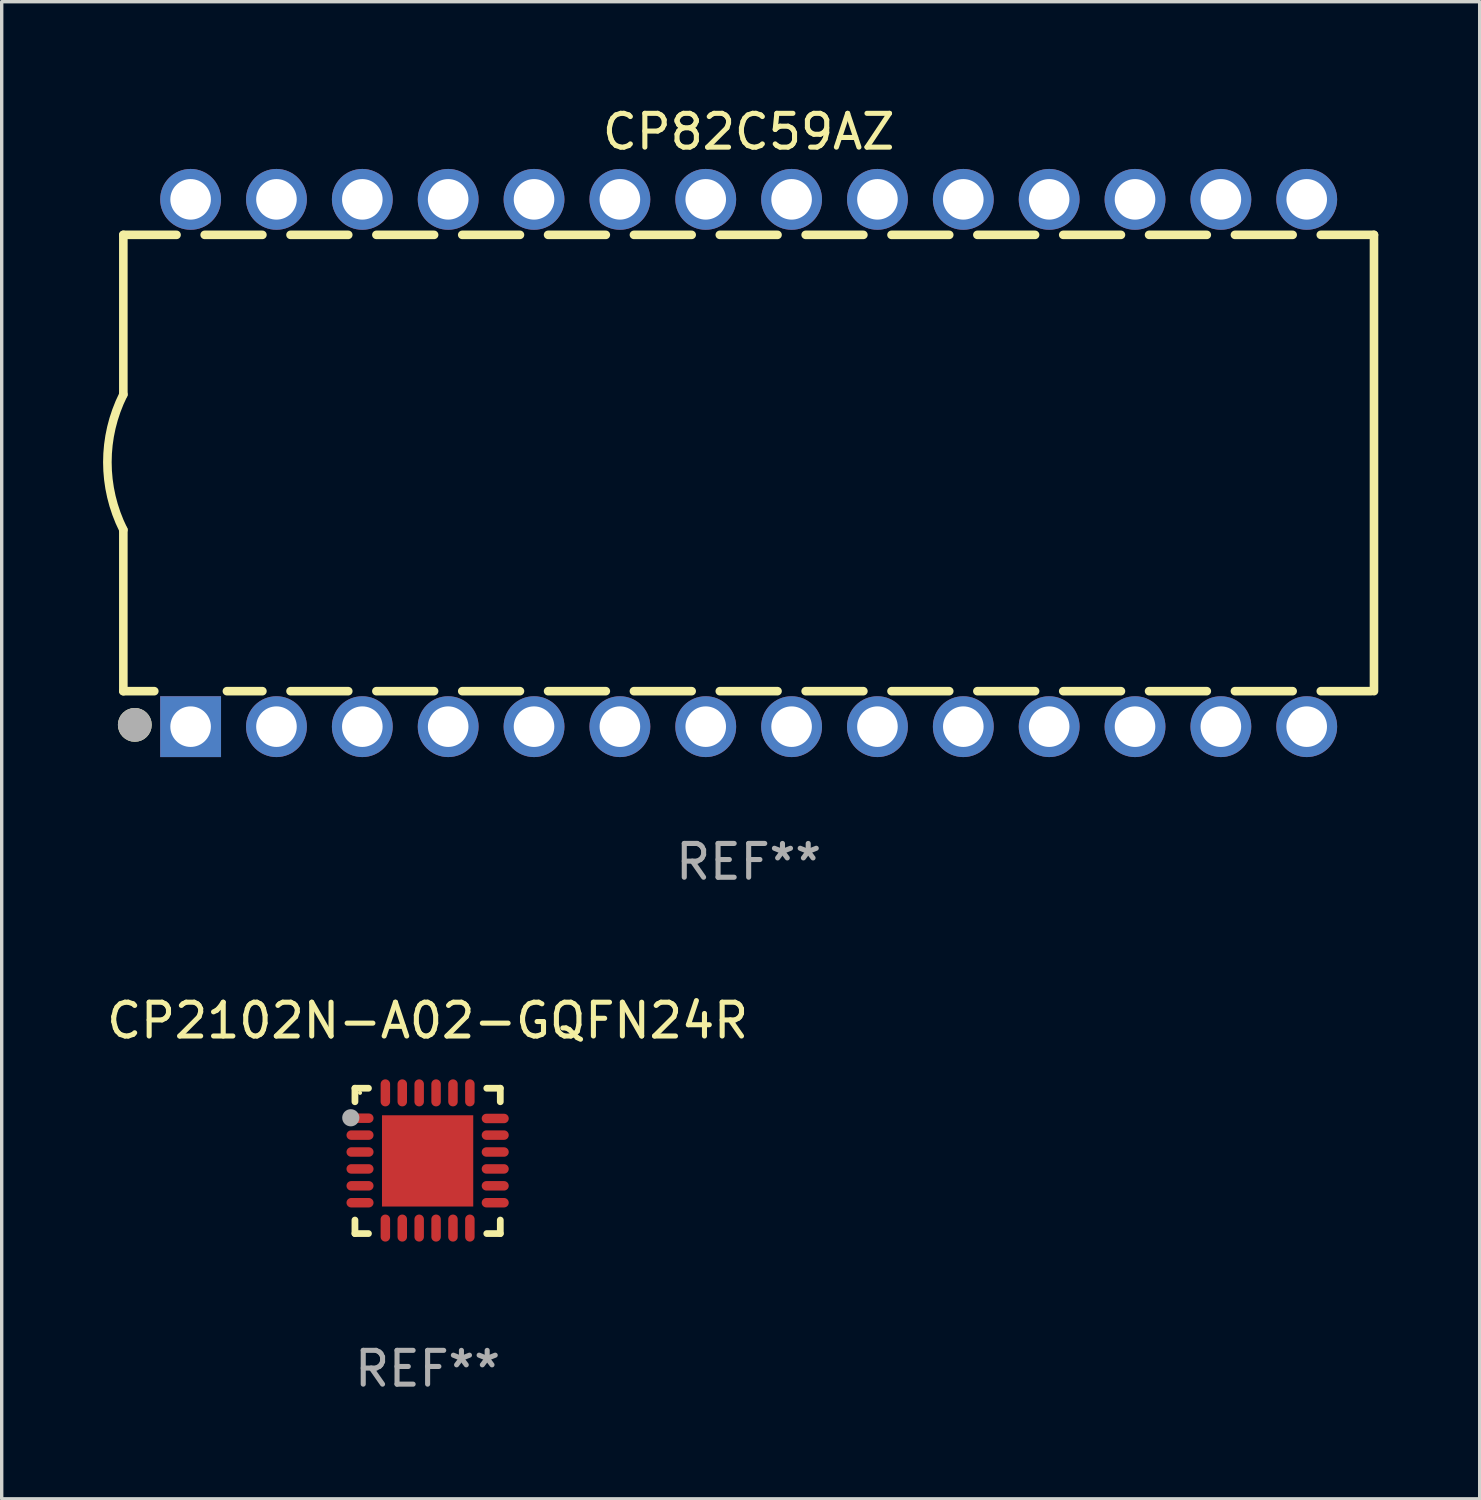
<source format=kicad_pcb>
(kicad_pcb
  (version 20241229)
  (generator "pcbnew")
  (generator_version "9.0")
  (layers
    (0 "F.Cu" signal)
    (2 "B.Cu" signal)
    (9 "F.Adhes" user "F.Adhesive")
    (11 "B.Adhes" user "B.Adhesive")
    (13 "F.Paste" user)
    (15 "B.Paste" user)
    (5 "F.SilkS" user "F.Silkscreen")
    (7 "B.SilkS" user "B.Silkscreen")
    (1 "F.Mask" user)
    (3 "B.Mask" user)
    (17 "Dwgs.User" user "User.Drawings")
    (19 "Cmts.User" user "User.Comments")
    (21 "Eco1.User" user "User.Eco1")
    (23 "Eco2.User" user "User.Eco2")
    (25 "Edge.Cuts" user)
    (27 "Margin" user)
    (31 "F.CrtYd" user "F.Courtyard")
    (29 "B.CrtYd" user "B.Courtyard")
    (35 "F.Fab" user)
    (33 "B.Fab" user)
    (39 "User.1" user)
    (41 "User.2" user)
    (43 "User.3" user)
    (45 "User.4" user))
  (footprint "CP82C59AZ"
    (layer "F.Cu")
    (at 19.099 10.648)
    (property "Reference" "CP82C59AZ" (at 0 -9.8 0) (layer "F.SilkS") (effects (font (size 1 1) (thickness 0.15))))
    (attr through_hole)
    (fp_line (start -18.5 -6.75) (end -18.5 -2.026) (stroke (width 0.254) (type solid)) (layer "F.SilkS"))
    (fp_line (start -18.5 -6.75) (end -16.926 -6.75) (stroke (width 0.254) (type solid)) (layer "F.SilkS"))
    (fp_line (start -18.5 6.75) (end -18.5 1.974) (stroke (width 0.254) (type solid)) (layer "F.SilkS"))
    (fp_line (start -18.5 6.75) (end -17.584 6.75) (stroke (width 0.254) (type solid)) (layer "F.SilkS"))
    (fp_line (start -16.094 -6.75) (end -14.386 -6.75) (stroke (width 0.254) (type solid)) (layer "F.SilkS"))
    (fp_line (start -15.436 6.75) (end -14.386 6.75) (stroke (width 0.254) (type solid)) (layer "F.SilkS"))
    (fp_line (start -13.554 -6.75) (end -11.846 -6.75) (stroke (width 0.254) (type solid)) (layer "F.SilkS"))
    (fp_line (start -13.554 6.75) (end -11.846 6.75) (stroke (width 0.254) (type solid)) (layer "F.SilkS"))
    (fp_line (start -11.014 -6.75) (end -9.306 -6.75) (stroke (width 0.254) (type solid)) (layer "F.SilkS"))
    (fp_line (start -11.014 6.75) (end -9.306 6.75) (stroke (width 0.254) (type solid)) (layer "F.SilkS"))
    (fp_line (start -8.474 -6.75) (end -6.766 -6.75) (stroke (width 0.254) (type solid)) (layer "F.SilkS"))
    (fp_line (start -8.474 6.75) (end -6.766 6.75) (stroke (width 0.254) (type solid)) (layer "F.SilkS"))
    (fp_line (start -5.934 -6.75) (end -4.226 -6.75) (stroke (width 0.254) (type solid)) (layer "F.SilkS"))
    (fp_line (start -5.934 6.75) (end -4.226 6.75) (stroke (width 0.254) (type solid)) (layer "F.SilkS"))
    (fp_line (start -3.394 -6.75) (end -1.686 -6.75) (stroke (width 0.254) (type solid)) (layer "F.SilkS"))
    (fp_line (start -3.394 6.75) (end -1.686 6.75) (stroke (width 0.254) (type solid)) (layer "F.SilkS"))
    (fp_line (start -0.854 -6.75) (end 0.854 -6.75) (stroke (width 0.254) (type solid)) (layer "F.SilkS"))
    (fp_line (start -0.854 6.75) (end 0.854 6.75) (stroke (width 0.254) (type solid)) (layer "F.SilkS"))
    (fp_line (start 1.686 -6.75) (end 3.394 -6.75) (stroke (width 0.254) (type solid)) (layer "F.SilkS"))
    (fp_line (start 1.686 6.75) (end 3.394 6.75) (stroke (width 0.254) (type solid)) (layer "F.SilkS"))
    (fp_line (start 4.226 -6.75) (end 5.934 -6.75) (stroke (width 0.254) (type solid)) (layer "F.SilkS"))
    (fp_line (start 4.226 6.75) (end 5.934 6.75) (stroke (width 0.254) (type solid)) (layer "F.SilkS"))
    (fp_line (start 6.766 -6.75) (end 8.474 -6.75) (stroke (width 0.254) (type solid)) (layer "F.SilkS"))
    (fp_line (start 6.766 6.75) (end 8.474 6.75) (stroke (width 0.254) (type solid)) (layer "F.SilkS"))
    (fp_line (start 9.306 -6.75) (end 11.014 -6.75) (stroke (width 0.254) (type solid)) (layer "F.SilkS"))
    (fp_line (start 9.306 6.75) (end 11.014 6.75) (stroke (width 0.254) (type solid)) (layer "F.SilkS"))
    (fp_line (start 11.846 -6.75) (end 13.554 -6.75) (stroke (width 0.254) (type solid)) (layer "F.SilkS"))
    (fp_line (start 11.846 6.75) (end 13.554 6.75) (stroke (width 0.254) (type solid)) (layer "F.SilkS"))
    (fp_line (start 14.386 -6.75) (end 16.094 -6.75) (stroke (width 0.254) (type solid)) (layer "F.SilkS"))
    (fp_line (start 14.386 6.75) (end 16.094 6.75) (stroke (width 0.254) (type solid)) (layer "F.SilkS"))
    (fp_line (start 16.926 -6.75) (end 18.5 -6.75) (stroke (width 0.254) (type solid)) (layer "F.SilkS"))
    (fp_line (start 16.926 6.75) (end 18.415 6.75) (stroke (width 0.254) (type solid)) (layer "F.SilkS"))
    (fp_line (start 18.5 6.75) (end 18.5 -6.75) (stroke (width 0.254) (type solid)) (layer "F.SilkS"))
    (fp_arc (start -18.500051 1.974384) (mid -18.972187 -0.025616) (end -18.500051 -2.025616) (stroke (width 0.254001) (type solid)) (layer "F.SilkS"))
    (fp_circle (center -18.5 7.8) (end -18.47 7.8) (stroke (width 0.06) (type solid)) (fill no) (layer "F.SilkS"))
    (fp_circle (center -18.161 7.747) (end -17.911 7.747) (stroke (width 0.5) (type solid)) (fill no) (layer "F.SilkS"))
    (fp_circle (center -18.161 7.747) (end -17.911 7.747) (stroke (width 0.5) (type solid)) (fill no) (layer "F.Fab"))
    (fp_text user "REF**" (at 0 11.8 0) (layer "F.Fab") (effects (font (size 1 1) (thickness 0.15))))
    (pad "1" thru_hole rect (at -16.51 7.8) (size 1.8 1.8) (drill 1.2) (layers "*.Cu" "*.Mask"))
    (pad "2" thru_hole circle (at -13.97 7.8) (size 1.8 1.8) (drill 1.2) (layers "*.Cu" "*.Mask"))
    (pad "3" thru_hole circle (at -11.43 7.8) (size 1.8 1.8) (drill 1.2) (layers "*.Cu" "*.Mask"))
    (pad "4" thru_hole circle (at -8.89 7.8) (size 1.8 1.8) (drill 1.2) (layers "*.Cu" "*.Mask"))
    (pad "5" thru_hole circle (at -6.35 7.8) (size 1.8 1.8) (drill 1.2) (layers "*.Cu" "*.Mask"))
    (pad "6" thru_hole circle (at -3.81 7.8) (size 1.8 1.8) (drill 1.2) (layers "*.Cu" "*.Mask"))
    (pad "7" thru_hole circle (at -1.27 7.8) (size 1.8 1.8) (drill 1.2) (layers "*.Cu" "*.Mask"))
    (pad "8" thru_hole circle (at 1.27 7.8) (size 1.8 1.8) (drill 1.2) (layers "*.Cu" "*.Mask"))
    (pad "9" thru_hole circle (at 3.81 7.8) (size 1.8 1.8) (drill 1.2) (layers "*.Cu" "*.Mask"))
    (pad "10" thru_hole circle (at 6.35 7.8) (size 1.8 1.8) (drill 1.2) (layers "*.Cu" "*.Mask"))
    (pad "11" thru_hole circle (at 8.89 7.8) (size 1.8 1.8) (drill 1.2) (layers "*.Cu" "*.Mask"))
    (pad "12" thru_hole circle (at 11.43 7.8) (size 1.8 1.8) (drill 1.2) (layers "*.Cu" "*.Mask"))
    (pad "13" thru_hole circle (at 13.97 7.8) (size 1.8 1.8) (drill 1.2) (layers "*.Cu" "*.Mask"))
    (pad "14" thru_hole circle (at 16.51 7.8) (size 1.8 1.8) (drill 1.2) (layers "*.Cu" "*.Mask"))
    (pad "15" thru_hole circle (at 16.51 -7.8) (size 1.8 1.8) (drill 1.2) (layers "*.Cu" "*.Mask"))
    (pad "16" thru_hole circle (at 13.97 -7.8) (size 1.8 1.8) (drill 1.2) (layers "*.Cu" "*.Mask"))
    (pad "17" thru_hole circle (at 11.43 -7.8) (size 1.8 1.8) (drill 1.2) (layers "*.Cu" "*.Mask"))
    (pad "18" thru_hole circle (at 8.89 -7.8) (size 1.8 1.8) (drill 1.2) (layers "*.Cu" "*.Mask"))
    (pad "19" thru_hole circle (at 6.35 -7.8) (size 1.8 1.8) (drill 1.2) (layers "*.Cu" "*.Mask"))
    (pad "20" thru_hole circle (at 3.81 -7.8) (size 1.8 1.8) (drill 1.2) (layers "*.Cu" "*.Mask"))
    (pad "21" thru_hole circle (at 1.27 -7.8) (size 1.8 1.8) (drill 1.2) (layers "*.Cu" "*.Mask"))
    (pad "22" thru_hole circle (at -1.27 -7.8) (size 1.8 1.8) (drill 1.2) (layers "*.Cu" "*.Mask"))
    (pad "23" thru_hole circle (at -3.81 -7.8) (size 1.8 1.8) (drill 1.2) (layers "*.Cu" "*.Mask"))
    (pad "24" thru_hole circle (at -6.35 -7.8) (size 1.8 1.8) (drill 1.2) (layers "*.Cu" "*.Mask"))
    (pad "25" thru_hole circle (at -8.89 -7.8) (size 1.8 1.8) (drill 1.2) (layers "*.Cu" "*.Mask"))
    (pad "26" thru_hole circle (at -11.43 -7.8) (size 1.8 1.8) (drill 1.2) (layers "*.Cu" "*.Mask"))
    (pad "27" thru_hole circle (at -13.97 -7.8) (size 1.8 1.8) (drill 1.2) (layers "*.Cu" "*.Mask"))
    (pad "28" thru_hole circle (at -16.51 -7.8) (size 1.8 1.8) (drill 1.2) (layers "*.Cu" "*.Mask")))
  (footprint "CP2102N-A02-GQFN24R"
    (layer "F.Cu")
    (at 9.601 31.295)
    (property "Reference" "CP2102N-A02-GQFN24R" (at 0 -4.15 0) (layer "F.SilkS") (effects (font (size 1 1) (thickness 0.15))))
    (attr through_hole)
    (fp_line (start -2.15 -2.15) (end -1.75 -2.15) (stroke (width 0.2) (type solid)) (layer "F.SilkS"))
    (fp_line (start -2.15 -1.75) (end -2.15 -2.15) (stroke (width 0.2) (type solid)) (layer "F.SilkS"))
    (fp_line (start -2.15 2.15) (end -2.15 1.75) (stroke (width 0.2) (type solid)) (layer "F.SilkS"))
    (fp_line (start -1.75 2.15) (end -2.15 2.15) (stroke (width 0.2) (type solid)) (layer "F.SilkS"))
    (fp_line (start 1.75 -2.15) (end 2.15 -2.15) (stroke (width 0.2) (type solid)) (layer "F.SilkS"))
    (fp_line (start 1.75 2.15) (end 2.15 2.15) (stroke (width 0.2) (type solid)) (layer "F.SilkS"))
    (fp_line (start 2.15 -2.15) (end 2.15 -1.75) (stroke (width 0.2) (type solid)) (layer "F.SilkS"))
    (fp_line (start 2.15 2.15) (end 2.15 1.75) (stroke (width 0.2) (type solid)) (layer "F.SilkS"))
    (fp_circle (center -2 -2.013) (end -1.97 -2.013) (stroke (width 0.06) (type solid)) (fill no) (layer "F.SilkS"))
    (fp_circle (center -2.273 -1.276) (end -2.146 -1.276) (stroke (width 0.254) (type solid)) (fill no) (layer "F.Fab"))
    (fp_text user "REF**" (at 0 6.15 0) (layer "F.Fab") (effects (font (size 1 1) (thickness 0.15))))
    (pad "1" smd oval (at -2 -1.263 90) (size 0.28 0.8) (layers "F.Cu" "F.Mask" "F.Paste"))
    (pad "2" smd oval (at -2 -0.763 90) (size 0.28 0.8) (layers "F.Cu" "F.Mask" "F.Paste"))
    (pad "3" smd oval (at -2 -0.263 90) (size 0.28 0.8) (layers "F.Cu" "F.Mask" "F.Paste"))
    (pad "4" smd oval (at -2 0.237 90) (size 0.28 0.8) (layers "F.Cu" "F.Mask" "F.Paste"))
    (pad "5" smd oval (at -2 0.737 90) (size 0.28 0.8) (layers "F.Cu" "F.Mask" "F.Paste"))
    (pad "6" smd oval (at -2 1.237 90) (size 0.28 0.8) (layers "F.Cu" "F.Mask" "F.Paste"))
    (pad "7" smd oval (at -1.25 1.987) (size 0.28 0.8) (layers "F.Cu" "F.Mask" "F.Paste"))
    (pad "8" smd oval (at -0.75 1.987) (size 0.28 0.8) (layers "F.Cu" "F.Mask" "F.Paste"))
    (pad "9" smd oval (at -0.25 1.987) (size 0.28 0.8) (layers "F.Cu" "F.Mask" "F.Paste"))
    (pad "10" smd oval (at 0.25 1.987) (size 0.28 0.8) (layers "F.Cu" "F.Mask" "F.Paste"))
    (pad "11" smd oval (at 0.75 1.987) (size 0.28 0.8) (layers "F.Cu" "F.Mask" "F.Paste"))
    (pad "12" smd oval (at 1.25 1.987) (size 0.28 0.8) (layers "F.Cu" "F.Mask" "F.Paste"))
    (pad "13" smd oval (at 2 1.237 90) (size 0.28 0.8) (layers "F.Cu" "F.Mask" "F.Paste"))
    (pad "14" smd oval (at 2 0.737 90) (size 0.28 0.8) (layers "F.Cu" "F.Mask" "F.Paste"))
    (pad "15" smd oval (at 2 0.237 90) (size 0.28 0.8) (layers "F.Cu" "F.Mask" "F.Paste"))
    (pad "16" smd oval (at 2 -0.263 90) (size 0.28 0.8) (layers "F.Cu" "F.Mask" "F.Paste"))
    (pad "17" smd oval (at 2 -0.763 90) (size 0.28 0.8) (layers "F.Cu" "F.Mask" "F.Paste"))
    (pad "18" smd oval (at 2 -1.255 90) (size 0.28 0.8) (layers "F.Cu" "F.Mask" "F.Paste"))
    (pad "19" smd oval (at 1.25 -2.013) (size 0.28 0.8) (layers "F.Cu" "F.Mask" "F.Paste"))
    (pad "20" smd oval (at 0.75 -2.013) (size 0.28 0.8) (layers "F.Cu" "F.Mask" "F.Paste"))
    (pad "21" smd oval (at 0.25 -2.013) (size 0.28 0.8) (layers "F.Cu" "F.Mask" "F.Paste"))
    (pad "22" smd oval (at -0.25 -2.013) (size 0.28 0.8) (layers "F.Cu" "F.Mask" "F.Paste"))
    (pad "23" smd oval (at -0.75 -2.013) (size 0.28 0.8) (layers "F.Cu" "F.Mask" "F.Paste"))
    (pad "24" smd oval (at -1.25 -2.013) (size 0.28 0.8) (layers "F.Cu" "F.Mask" "F.Paste"))
    (pad "25" smd rect (at -0.000127 -0.00014) (size 2.7 2.7) (layers "F.Cu" "F.Mask" "F.Paste")))
  (gr_rect
    (start -3 -3)
    (end 40.726 41.293)
    (stroke (width 0.1) (type default))
    (fill no)
    (layer "Edge.Cuts")))
</source>
